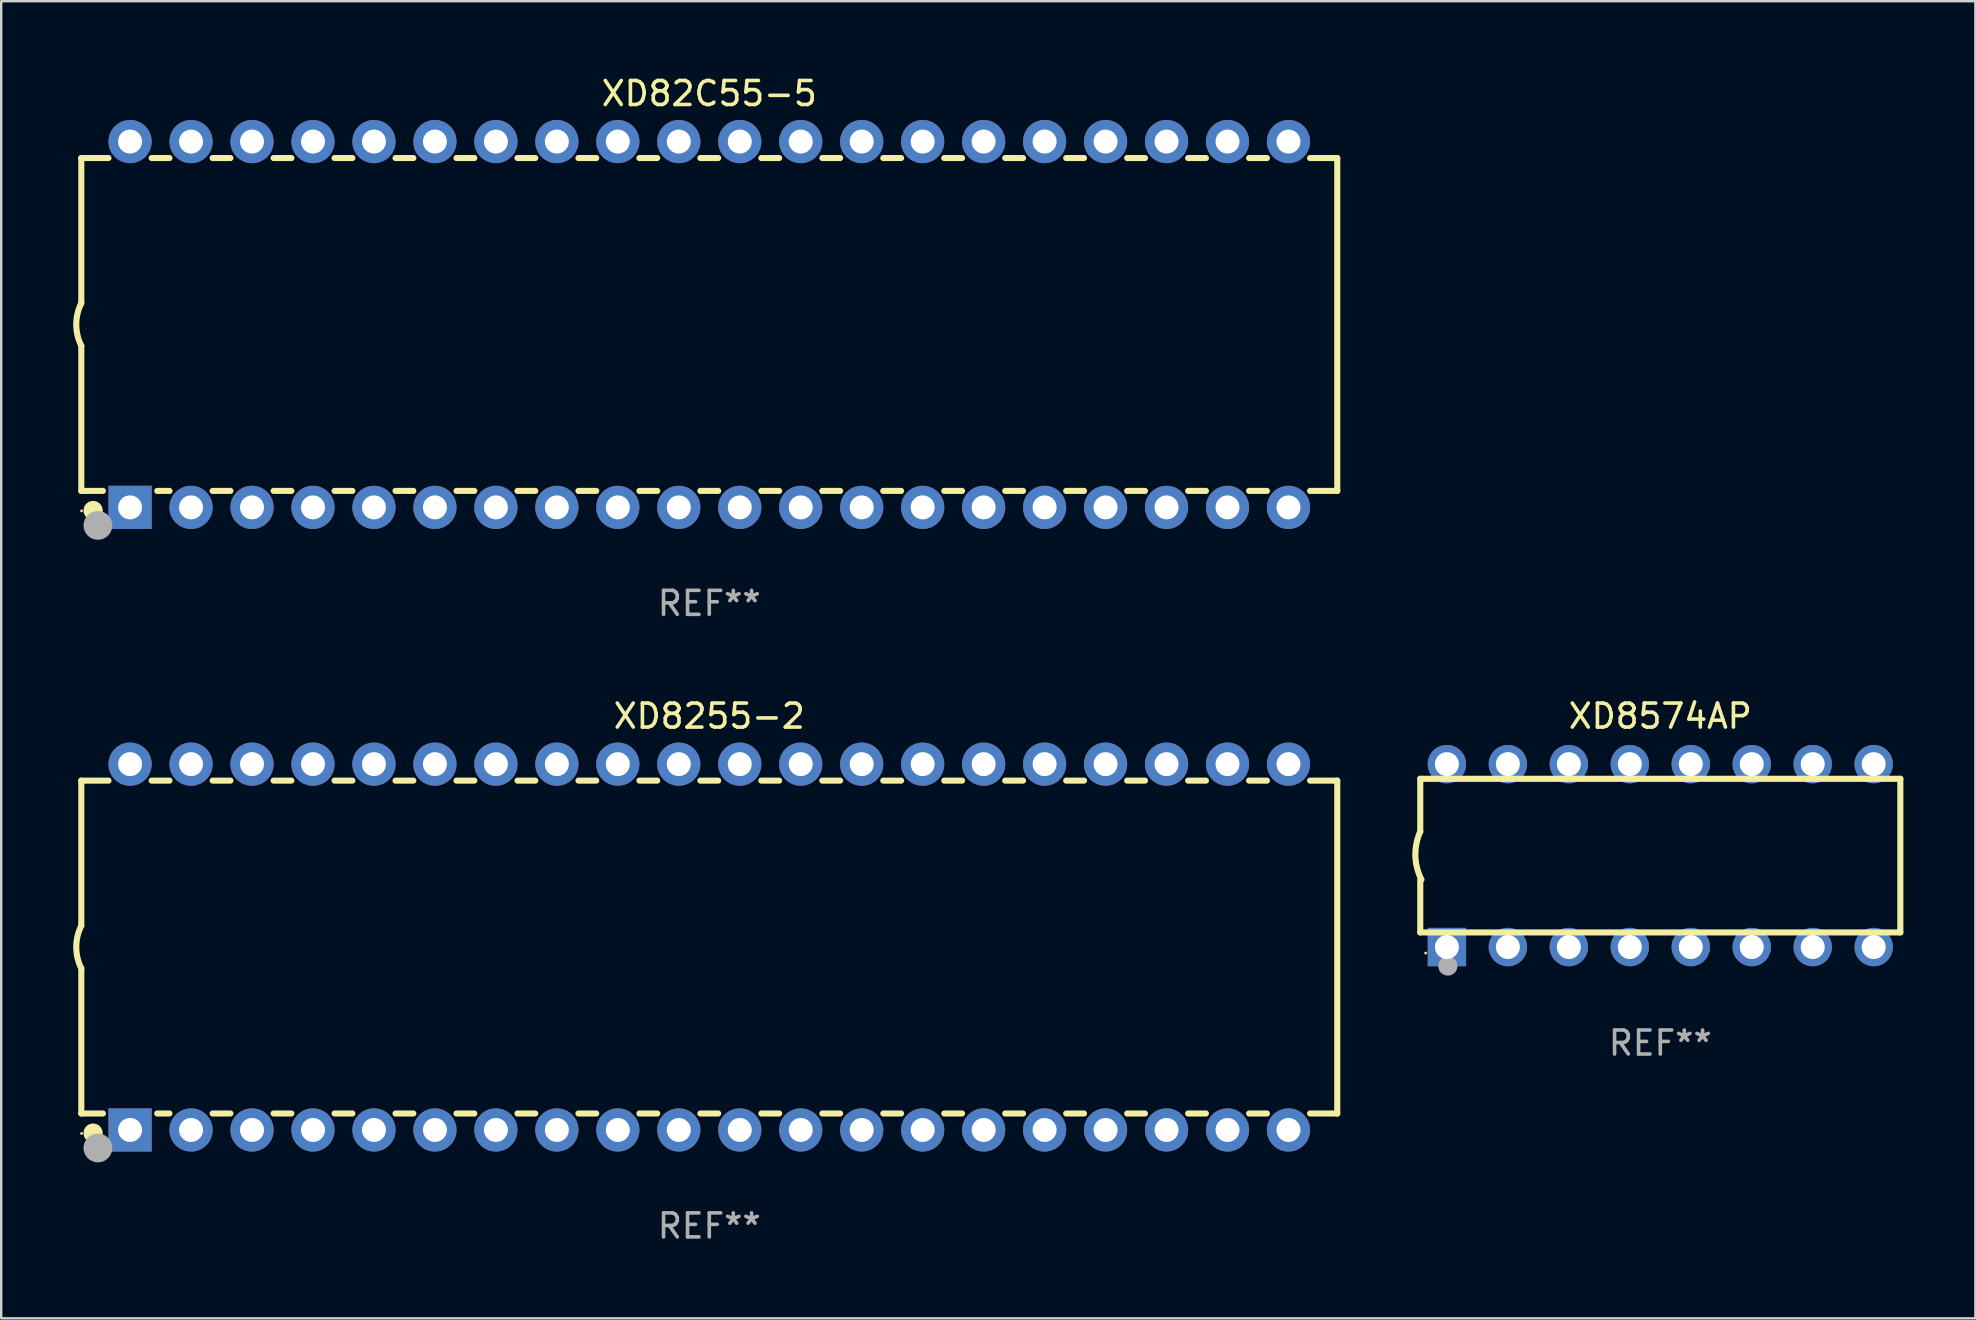
<source format=kicad_pcb>
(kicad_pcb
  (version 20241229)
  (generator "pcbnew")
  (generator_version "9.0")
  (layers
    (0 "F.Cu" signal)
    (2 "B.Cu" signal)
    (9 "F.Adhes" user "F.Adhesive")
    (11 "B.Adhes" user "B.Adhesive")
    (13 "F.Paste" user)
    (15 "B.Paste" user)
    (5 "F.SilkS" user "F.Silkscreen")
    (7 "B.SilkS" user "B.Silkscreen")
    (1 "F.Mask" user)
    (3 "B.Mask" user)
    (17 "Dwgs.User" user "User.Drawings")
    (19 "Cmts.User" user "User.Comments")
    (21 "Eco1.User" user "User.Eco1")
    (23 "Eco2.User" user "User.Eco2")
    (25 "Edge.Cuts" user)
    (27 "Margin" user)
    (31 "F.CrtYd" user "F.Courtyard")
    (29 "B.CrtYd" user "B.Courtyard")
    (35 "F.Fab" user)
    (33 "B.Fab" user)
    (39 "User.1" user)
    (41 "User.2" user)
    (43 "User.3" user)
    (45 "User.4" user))
  (footprint "XD8255-2"
    (layer "F.Cu")
    (at 26.499 36.405)
    (property "Reference" "XD8255-2" (at 0 -9.62 0) (layer "F.SilkS") (effects (font (size 1 1) (thickness 0.15))))
    (attr through_hole)
    (fp_line (start -26.162 -6.934) (end -26.162 -0.889) (stroke (width 0.254) (type solid)) (layer "F.SilkS"))
    (fp_line (start -26.162 -6.934) (end -25.029 -6.934) (stroke (width 0.254) (type solid)) (layer "F.SilkS"))
    (fp_line (start -26.162 6.934) (end -26.162 0.889) (stroke (width 0.254) (type solid)) (layer "F.SilkS"))
    (fp_line (start -26.162 6.934) (end -25.261 6.934) (stroke (width 0.254) (type solid)) (layer "F.SilkS"))
    (fp_line (start -23.231 -6.934) (end -22.489 -6.934) (stroke (width 0.254) (type solid)) (layer "F.SilkS"))
    (fp_line (start -22.999 6.934) (end -22.489 6.934) (stroke (width 0.254) (type solid)) (layer "F.SilkS"))
    (fp_line (start -20.691 -6.934) (end -19.949 -6.934) (stroke (width 0.254) (type solid)) (layer "F.SilkS"))
    (fp_line (start -20.691 6.934) (end -19.949 6.934) (stroke (width 0.254) (type solid)) (layer "F.SilkS"))
    (fp_line (start -18.151 -6.934) (end -17.409 -6.934) (stroke (width 0.254) (type solid)) (layer "F.SilkS"))
    (fp_line (start -18.151 6.934) (end -17.409 6.934) (stroke (width 0.254) (type solid)) (layer "F.SilkS"))
    (fp_line (start -15.611 -6.934) (end -14.869 -6.934) (stroke (width 0.254) (type solid)) (layer "F.SilkS"))
    (fp_line (start -15.611 6.934) (end -14.869 6.934) (stroke (width 0.254) (type solid)) (layer "F.SilkS"))
    (fp_line (start -13.071 -6.934) (end -12.329 -6.934) (stroke (width 0.254) (type solid)) (layer "F.SilkS"))
    (fp_line (start -13.071 6.934) (end -12.329 6.934) (stroke (width 0.254) (type solid)) (layer "F.SilkS"))
    (fp_line (start -10.531 -6.934) (end -9.789 -6.934) (stroke (width 0.254) (type solid)) (layer "F.SilkS"))
    (fp_line (start -10.531 6.934) (end -9.789 6.934) (stroke (width 0.254) (type solid)) (layer "F.SilkS"))
    (fp_line (start -7.991 -6.934) (end -7.249 -6.934) (stroke (width 0.254) (type solid)) (layer "F.SilkS"))
    (fp_line (start -7.991 6.934) (end -7.249 6.934) (stroke (width 0.254) (type solid)) (layer "F.SilkS"))
    (fp_line (start -5.451 -6.934) (end -4.709 -6.934) (stroke (width 0.254) (type solid)) (layer "F.SilkS"))
    (fp_line (start -5.451 6.934) (end -4.709 6.934) (stroke (width 0.254) (type solid)) (layer "F.SilkS"))
    (fp_line (start -2.911 -6.934) (end -2.169 -6.934) (stroke (width 0.254) (type solid)) (layer "F.SilkS"))
    (fp_line (start -2.911 6.934) (end -2.169 6.934) (stroke (width 0.254) (type solid)) (layer "F.SilkS"))
    (fp_line (start -0.371 -6.934) (end 0.371 -6.934) (stroke (width 0.254) (type solid)) (layer "F.SilkS"))
    (fp_line (start -0.371 6.934) (end 0.371 6.934) (stroke (width 0.254) (type solid)) (layer "F.SilkS"))
    (fp_line (start 2.169 -6.934) (end 2.911 -6.934) (stroke (width 0.254) (type solid)) (layer "F.SilkS"))
    (fp_line (start 2.169 6.934) (end 2.911 6.934) (stroke (width 0.254) (type solid)) (layer "F.SilkS"))
    (fp_line (start 4.709 -6.934) (end 5.451 -6.934) (stroke (width 0.254) (type solid)) (layer "F.SilkS"))
    (fp_line (start 4.709 6.934) (end 5.451 6.934) (stroke (width 0.254) (type solid)) (layer "F.SilkS"))
    (fp_line (start 7.249 -6.934) (end 7.991 -6.934) (stroke (width 0.254) (type solid)) (layer "F.SilkS"))
    (fp_line (start 7.249 6.934) (end 7.991 6.934) (stroke (width 0.254) (type solid)) (layer "F.SilkS"))
    (fp_line (start 9.789 -6.934) (end 10.531 -6.934) (stroke (width 0.254) (type solid)) (layer "F.SilkS"))
    (fp_line (start 9.789 6.934) (end 10.531 6.934) (stroke (width 0.254) (type solid)) (layer "F.SilkS"))
    (fp_line (start 12.329 -6.934) (end 13.071 -6.934) (stroke (width 0.254) (type solid)) (layer "F.SilkS"))
    (fp_line (start 12.329 6.934) (end 13.071 6.934) (stroke (width 0.254) (type solid)) (layer "F.SilkS"))
    (fp_line (start 14.869 -6.934) (end 15.611 -6.934) (stroke (width 0.254) (type solid)) (layer "F.SilkS"))
    (fp_line (start 14.869 6.934) (end 15.611 6.934) (stroke (width 0.254) (type solid)) (layer "F.SilkS"))
    (fp_line (start 17.409 -6.934) (end 18.151 -6.934) (stroke (width 0.254) (type solid)) (layer "F.SilkS"))
    (fp_line (start 17.409 6.934) (end 18.151 6.934) (stroke (width 0.254) (type solid)) (layer "F.SilkS"))
    (fp_line (start 19.949 -6.934) (end 20.691 -6.934) (stroke (width 0.254) (type solid)) (layer "F.SilkS"))
    (fp_line (start 19.949 6.934) (end 20.691 6.934) (stroke (width 0.254) (type solid)) (layer "F.SilkS"))
    (fp_line (start 22.489 -6.934) (end 23.231 -6.934) (stroke (width 0.254) (type solid)) (layer "F.SilkS"))
    (fp_line (start 22.489 6.934) (end 23.231 6.934) (stroke (width 0.254) (type solid)) (layer "F.SilkS"))
    (fp_line (start 25.029 -6.934) (end 26.162 -6.934) (stroke (width 0.254) (type solid)) (layer "F.SilkS"))
    (fp_line (start 25.029 6.934) (end 26.162 6.934) (stroke (width 0.254) (type solid)) (layer "F.SilkS"))
    (fp_line (start 26.162 -6.934) (end 26.162 6.934) (stroke (width 0.254) (type solid)) (layer "F.SilkS"))
    (fp_arc (start -26.162052 0.889001) (mid -26.371917 0) (end -26.162052 -0.889002) (stroke (width 0.254001) (type solid)) (layer "F.SilkS"))
    (fp_circle (center -26.15 7.765) (end -26.12 7.765) (stroke (width 0.06) (type solid)) (fill no) (layer "F.SilkS"))
    (fp_circle (center -25.67 7.75) (end -25.47 7.75) (stroke (width 0.4) (type solid)) (fill no) (layer "F.SilkS"))
    (fp_circle (center -25.47 8.37) (end -25.17 8.37) (stroke (width 0.6) (type solid)) (fill no) (layer "F.Fab"))
    (fp_text user "REF**" (at 0 11.62 0) (layer "F.Fab") (effects (font (size 1 1) (thickness 0.15))))
    (pad "1" thru_hole rect (at -24.13 7.62) (size 1.8 1.8) (drill 1) (layers "*.Cu" "*.Mask"))
    (pad "2" thru_hole circle (at -21.59 7.62) (size 1.8 1.8) (drill 1) (layers "*.Cu" "*.Mask"))
    (pad "3" thru_hole circle (at -19.05 7.62) (size 1.8 1.8) (drill 1) (layers "*.Cu" "*.Mask"))
    (pad "4" thru_hole circle (at -16.51 7.62) (size 1.8 1.8) (drill 1) (layers "*.Cu" "*.Mask"))
    (pad "5" thru_hole circle (at -13.97 7.62) (size 1.8 1.8) (drill 1) (layers "*.Cu" "*.Mask"))
    (pad "6" thru_hole circle (at -11.43 7.62) (size 1.8 1.8) (drill 1) (layers "*.Cu" "*.Mask"))
    (pad "7" thru_hole circle (at -8.89 7.62) (size 1.8 1.8) (drill 1) (layers "*.Cu" "*.Mask"))
    (pad "8" thru_hole circle (at -6.35 7.62) (size 1.8 1.8) (drill 1) (layers "*.Cu" "*.Mask"))
    (pad "9" thru_hole circle (at -3.81 7.62) (size 1.8 1.8) (drill 1) (layers "*.Cu" "*.Mask"))
    (pad "10" thru_hole circle (at -1.27 7.62) (size 1.8 1.8) (drill 1) (layers "*.Cu" "*.Mask"))
    (pad "11" thru_hole circle (at 1.27 7.62) (size 1.8 1.8) (drill 1) (layers "*.Cu" "*.Mask"))
    (pad "12" thru_hole circle (at 3.81 7.62) (size 1.8 1.8) (drill 1) (layers "*.Cu" "*.Mask"))
    (pad "13" thru_hole circle (at 6.35 7.62) (size 1.8 1.8) (drill 1) (layers "*.Cu" "*.Mask"))
    (pad "14" thru_hole circle (at 8.89 7.62) (size 1.8 1.8) (drill 1) (layers "*.Cu" "*.Mask"))
    (pad "15" thru_hole circle (at 11.43 7.62) (size 1.8 1.8) (drill 1) (layers "*.Cu" "*.Mask"))
    (pad "16" thru_hole circle (at 13.97 7.62) (size 1.8 1.8) (drill 1) (layers "*.Cu" "*.Mask"))
    (pad "17" thru_hole circle (at 16.51 7.62) (size 1.8 1.8) (drill 1) (layers "*.Cu" "*.Mask"))
    (pad "18" thru_hole circle (at 19.05 7.62) (size 1.8 1.8) (drill 1) (layers "*.Cu" "*.Mask"))
    (pad "19" thru_hole circle (at 21.59 7.62) (size 1.8 1.8) (drill 1) (layers "*.Cu" "*.Mask"))
    (pad "20" thru_hole circle (at 24.13 7.62) (size 1.8 1.8) (drill 1) (layers "*.Cu" "*.Mask"))
    (pad "21" thru_hole circle (at 24.13 -7.62) (size 1.8 1.8) (drill 1) (layers "*.Cu" "*.Mask"))
    (pad "22" thru_hole circle (at 21.59 -7.62) (size 1.8 1.8) (drill 1) (layers "*.Cu" "*.Mask"))
    (pad "23" thru_hole circle (at 19.05 -7.62) (size 1.8 1.8) (drill 1) (layers "*.Cu" "*.Mask"))
    (pad "24" thru_hole circle (at 16.51 -7.62) (size 1.8 1.8) (drill 1) (layers "*.Cu" "*.Mask"))
    (pad "25" thru_hole circle (at 13.97 -7.62) (size 1.8 1.8) (drill 1) (layers "*.Cu" "*.Mask"))
    (pad "26" thru_hole circle (at 11.43 -7.62) (size 1.8 1.8) (drill 1) (layers "*.Cu" "*.Mask"))
    (pad "27" thru_hole circle (at 8.89 -7.62) (size 1.8 1.8) (drill 1) (layers "*.Cu" "*.Mask"))
    (pad "28" thru_hole circle (at 6.35 -7.62) (size 1.8 1.8) (drill 1) (layers "*.Cu" "*.Mask"))
    (pad "29" thru_hole circle (at 3.81 -7.62) (size 1.8 1.8) (drill 1) (layers "*.Cu" "*.Mask"))
    (pad "30" thru_hole circle (at 1.27 -7.62) (size 1.8 1.8) (drill 1) (layers "*.Cu" "*.Mask"))
    (pad "31" thru_hole circle (at -1.27 -7.62) (size 1.8 1.8) (drill 1) (layers "*.Cu" "*.Mask"))
    (pad "32" thru_hole circle (at -3.81 -7.62) (size 1.8 1.8) (drill 1) (layers "*.Cu" "*.Mask"))
    (pad "33" thru_hole circle (at -6.35 -7.62) (size 1.8 1.8) (drill 1) (layers "*.Cu" "*.Mask"))
    (pad "34" thru_hole circle (at -8.89 -7.62) (size 1.8 1.8) (drill 1) (layers "*.Cu" "*.Mask"))
    (pad "35" thru_hole circle (at -11.43 -7.62) (size 1.8 1.8) (drill 1) (layers "*.Cu" "*.Mask"))
    (pad "36" thru_hole circle (at -13.97 -7.62) (size 1.8 1.8) (drill 1) (layers "*.Cu" "*.Mask"))
    (pad "37" thru_hole circle (at -16.51 -7.62) (size 1.8 1.8) (drill 1) (layers "*.Cu" "*.Mask"))
    (pad "38" thru_hole circle (at -19.05 -7.62) (size 1.8 1.8) (drill 1) (layers "*.Cu" "*.Mask"))
    (pad "39" thru_hole circle (at -21.59 -7.62) (size 1.8 1.8) (drill 1) (layers "*.Cu" "*.Mask"))
    (pad "40" thru_hole circle (at -24.13 -7.62) (size 1.8 1.8) (drill 1) (layers "*.Cu" "*.Mask")))
  (footprint "XD82C55-5"
    (layer "F.Cu")
    (at 26.499 10.468)
    (property "Reference" "XD82C55-5" (at 0 -9.62 0) (layer "F.SilkS") (effects (font (size 1 1) (thickness 0.15))))
    (attr through_hole)
    (fp_line (start -26.162 -6.934) (end -26.162 -0.889) (stroke (width 0.254) (type solid)) (layer "F.SilkS"))
    (fp_line (start -26.162 -6.934) (end -25.029 -6.934) (stroke (width 0.254) (type solid)) (layer "F.SilkS"))
    (fp_line (start -26.162 6.934) (end -26.162 0.889) (stroke (width 0.254) (type solid)) (layer "F.SilkS"))
    (fp_line (start -26.162 6.934) (end -25.261 6.934) (stroke (width 0.254) (type solid)) (layer "F.SilkS"))
    (fp_line (start -23.231 -6.934) (end -22.489 -6.934) (stroke (width 0.254) (type solid)) (layer "F.SilkS"))
    (fp_line (start -22.999 6.934) (end -22.489 6.934) (stroke (width 0.254) (type solid)) (layer "F.SilkS"))
    (fp_line (start -20.691 -6.934) (end -19.949 -6.934) (stroke (width 0.254) (type solid)) (layer "F.SilkS"))
    (fp_line (start -20.691 6.934) (end -19.949 6.934) (stroke (width 0.254) (type solid)) (layer "F.SilkS"))
    (fp_line (start -18.151 -6.934) (end -17.409 -6.934) (stroke (width 0.254) (type solid)) (layer "F.SilkS"))
    (fp_line (start -18.151 6.934) (end -17.409 6.934) (stroke (width 0.254) (type solid)) (layer "F.SilkS"))
    (fp_line (start -15.611 -6.934) (end -14.869 -6.934) (stroke (width 0.254) (type solid)) (layer "F.SilkS"))
    (fp_line (start -15.611 6.934) (end -14.869 6.934) (stroke (width 0.254) (type solid)) (layer "F.SilkS"))
    (fp_line (start -13.071 -6.934) (end -12.329 -6.934) (stroke (width 0.254) (type solid)) (layer "F.SilkS"))
    (fp_line (start -13.071 6.934) (end -12.329 6.934) (stroke (width 0.254) (type solid)) (layer "F.SilkS"))
    (fp_line (start -10.531 -6.934) (end -9.789 -6.934) (stroke (width 0.254) (type solid)) (layer "F.SilkS"))
    (fp_line (start -10.531 6.934) (end -9.789 6.934) (stroke (width 0.254) (type solid)) (layer "F.SilkS"))
    (fp_line (start -7.991 -6.934) (end -7.249 -6.934) (stroke (width 0.254) (type solid)) (layer "F.SilkS"))
    (fp_line (start -7.991 6.934) (end -7.249 6.934) (stroke (width 0.254) (type solid)) (layer "F.SilkS"))
    (fp_line (start -5.451 -6.934) (end -4.709 -6.934) (stroke (width 0.254) (type solid)) (layer "F.SilkS"))
    (fp_line (start -5.451 6.934) (end -4.709 6.934) (stroke (width 0.254) (type solid)) (layer "F.SilkS"))
    (fp_line (start -2.911 -6.934) (end -2.169 -6.934) (stroke (width 0.254) (type solid)) (layer "F.SilkS"))
    (fp_line (start -2.911 6.934) (end -2.169 6.934) (stroke (width 0.254) (type solid)) (layer "F.SilkS"))
    (fp_line (start -0.371 -6.934) (end 0.371 -6.934) (stroke (width 0.254) (type solid)) (layer "F.SilkS"))
    (fp_line (start -0.371 6.934) (end 0.371 6.934) (stroke (width 0.254) (type solid)) (layer "F.SilkS"))
    (fp_line (start 2.169 -6.934) (end 2.911 -6.934) (stroke (width 0.254) (type solid)) (layer "F.SilkS"))
    (fp_line (start 2.169 6.934) (end 2.911 6.934) (stroke (width 0.254) (type solid)) (layer "F.SilkS"))
    (fp_line (start 4.709 -6.934) (end 5.451 -6.934) (stroke (width 0.254) (type solid)) (layer "F.SilkS"))
    (fp_line (start 4.709 6.934) (end 5.451 6.934) (stroke (width 0.254) (type solid)) (layer "F.SilkS"))
    (fp_line (start 7.249 -6.934) (end 7.991 -6.934) (stroke (width 0.254) (type solid)) (layer "F.SilkS"))
    (fp_line (start 7.249 6.934) (end 7.991 6.934) (stroke (width 0.254) (type solid)) (layer "F.SilkS"))
    (fp_line (start 9.789 -6.934) (end 10.531 -6.934) (stroke (width 0.254) (type solid)) (layer "F.SilkS"))
    (fp_line (start 9.789 6.934) (end 10.531 6.934) (stroke (width 0.254) (type solid)) (layer "F.SilkS"))
    (fp_line (start 12.329 -6.934) (end 13.071 -6.934) (stroke (width 0.254) (type solid)) (layer "F.SilkS"))
    (fp_line (start 12.329 6.934) (end 13.071 6.934) (stroke (width 0.254) (type solid)) (layer "F.SilkS"))
    (fp_line (start 14.869 -6.934) (end 15.611 -6.934) (stroke (width 0.254) (type solid)) (layer "F.SilkS"))
    (fp_line (start 14.869 6.934) (end 15.611 6.934) (stroke (width 0.254) (type solid)) (layer "F.SilkS"))
    (fp_line (start 17.409 -6.934) (end 18.151 -6.934) (stroke (width 0.254) (type solid)) (layer "F.SilkS"))
    (fp_line (start 17.409 6.934) (end 18.151 6.934) (stroke (width 0.254) (type solid)) (layer "F.SilkS"))
    (fp_line (start 19.949 -6.934) (end 20.691 -6.934) (stroke (width 0.254) (type solid)) (layer "F.SilkS"))
    (fp_line (start 19.949 6.934) (end 20.691 6.934) (stroke (width 0.254) (type solid)) (layer "F.SilkS"))
    (fp_line (start 22.489 -6.934) (end 23.231 -6.934) (stroke (width 0.254) (type solid)) (layer "F.SilkS"))
    (fp_line (start 22.489 6.934) (end 23.231 6.934) (stroke (width 0.254) (type solid)) (layer "F.SilkS"))
    (fp_line (start 25.029 -6.934) (end 26.162 -6.934) (stroke (width 0.254) (type solid)) (layer "F.SilkS"))
    (fp_line (start 25.029 6.934) (end 26.162 6.934) (stroke (width 0.254) (type solid)) (layer "F.SilkS"))
    (fp_line (start 26.162 -6.934) (end 26.162 6.934) (stroke (width 0.254) (type solid)) (layer "F.SilkS"))
    (fp_arc (start -26.162052 0.889001) (mid -26.371917 0) (end -26.162052 -0.889002) (stroke (width 0.254001) (type solid)) (layer "F.SilkS"))
    (fp_circle (center -26.15 7.765) (end -26.12 7.765) (stroke (width 0.06) (type solid)) (fill no) (layer "F.SilkS"))
    (fp_circle (center -25.67 7.75) (end -25.47 7.75) (stroke (width 0.4) (type solid)) (fill no) (layer "F.SilkS"))
    (fp_circle (center -25.47 8.37) (end -25.17 8.37) (stroke (width 0.6) (type solid)) (fill no) (layer "F.Fab"))
    (fp_text user "REF**" (at 0 11.62 0) (layer "F.Fab") (effects (font (size 1 1) (thickness 0.15))))
    (pad "1" thru_hole rect (at -24.13 7.62) (size 1.8 1.8) (drill 1) (layers "*.Cu" "*.Mask"))
    (pad "2" thru_hole circle (at -21.59 7.62) (size 1.8 1.8) (drill 1) (layers "*.Cu" "*.Mask"))
    (pad "3" thru_hole circle (at -19.05 7.62) (size 1.8 1.8) (drill 1) (layers "*.Cu" "*.Mask"))
    (pad "4" thru_hole circle (at -16.51 7.62) (size 1.8 1.8) (drill 1) (layers "*.Cu" "*.Mask"))
    (pad "5" thru_hole circle (at -13.97 7.62) (size 1.8 1.8) (drill 1) (layers "*.Cu" "*.Mask"))
    (pad "6" thru_hole circle (at -11.43 7.62) (size 1.8 1.8) (drill 1) (layers "*.Cu" "*.Mask"))
    (pad "7" thru_hole circle (at -8.89 7.62) (size 1.8 1.8) (drill 1) (layers "*.Cu" "*.Mask"))
    (pad "8" thru_hole circle (at -6.35 7.62) (size 1.8 1.8) (drill 1) (layers "*.Cu" "*.Mask"))
    (pad "9" thru_hole circle (at -3.81 7.62) (size 1.8 1.8) (drill 1) (layers "*.Cu" "*.Mask"))
    (pad "10" thru_hole circle (at -1.27 7.62) (size 1.8 1.8) (drill 1) (layers "*.Cu" "*.Mask"))
    (pad "11" thru_hole circle (at 1.27 7.62) (size 1.8 1.8) (drill 1) (layers "*.Cu" "*.Mask"))
    (pad "12" thru_hole circle (at 3.81 7.62) (size 1.8 1.8) (drill 1) (layers "*.Cu" "*.Mask"))
    (pad "13" thru_hole circle (at 6.35 7.62) (size 1.8 1.8) (drill 1) (layers "*.Cu" "*.Mask"))
    (pad "14" thru_hole circle (at 8.89 7.62) (size 1.8 1.8) (drill 1) (layers "*.Cu" "*.Mask"))
    (pad "15" thru_hole circle (at 11.43 7.62) (size 1.8 1.8) (drill 1) (layers "*.Cu" "*.Mask"))
    (pad "16" thru_hole circle (at 13.97 7.62) (size 1.8 1.8) (drill 1) (layers "*.Cu" "*.Mask"))
    (pad "17" thru_hole circle (at 16.51 7.62) (size 1.8 1.8) (drill 1) (layers "*.Cu" "*.Mask"))
    (pad "18" thru_hole circle (at 19.05 7.62) (size 1.8 1.8) (drill 1) (layers "*.Cu" "*.Mask"))
    (pad "19" thru_hole circle (at 21.59 7.62) (size 1.8 1.8) (drill 1) (layers "*.Cu" "*.Mask"))
    (pad "20" thru_hole circle (at 24.13 7.62) (size 1.8 1.8) (drill 1) (layers "*.Cu" "*.Mask"))
    (pad "21" thru_hole circle (at 24.13 -7.62) (size 1.8 1.8) (drill 1) (layers "*.Cu" "*.Mask"))
    (pad "22" thru_hole circle (at 21.59 -7.62) (size 1.8 1.8) (drill 1) (layers "*.Cu" "*.Mask"))
    (pad "23" thru_hole circle (at 19.05 -7.62) (size 1.8 1.8) (drill 1) (layers "*.Cu" "*.Mask"))
    (pad "24" thru_hole circle (at 16.51 -7.62) (size 1.8 1.8) (drill 1) (layers "*.Cu" "*.Mask"))
    (pad "25" thru_hole circle (at 13.97 -7.62) (size 1.8 1.8) (drill 1) (layers "*.Cu" "*.Mask"))
    (pad "26" thru_hole circle (at 11.43 -7.62) (size 1.8 1.8) (drill 1) (layers "*.Cu" "*.Mask"))
    (pad "27" thru_hole circle (at 8.89 -7.62) (size 1.8 1.8) (drill 1) (layers "*.Cu" "*.Mask"))
    (pad "28" thru_hole circle (at 6.35 -7.62) (size 1.8 1.8) (drill 1) (layers "*.Cu" "*.Mask"))
    (pad "29" thru_hole circle (at 3.81 -7.62) (size 1.8 1.8) (drill 1) (layers "*.Cu" "*.Mask"))
    (pad "30" thru_hole circle (at 1.27 -7.62) (size 1.8 1.8) (drill 1) (layers "*.Cu" "*.Mask"))
    (pad "31" thru_hole circle (at -1.27 -7.62) (size 1.8 1.8) (drill 1) (layers "*.Cu" "*.Mask"))
    (pad "32" thru_hole circle (at -3.81 -7.62) (size 1.8 1.8) (drill 1) (layers "*.Cu" "*.Mask"))
    (pad "33" thru_hole circle (at -6.35 -7.62) (size 1.8 1.8) (drill 1) (layers "*.Cu" "*.Mask"))
    (pad "34" thru_hole circle (at -8.89 -7.62) (size 1.8 1.8) (drill 1) (layers "*.Cu" "*.Mask"))
    (pad "35" thru_hole circle (at -11.43 -7.62) (size 1.8 1.8) (drill 1) (layers "*.Cu" "*.Mask"))
    (pad "36" thru_hole circle (at -13.97 -7.62) (size 1.8 1.8) (drill 1) (layers "*.Cu" "*.Mask"))
    (pad "37" thru_hole circle (at -16.51 -7.62) (size 1.8 1.8) (drill 1) (layers "*.Cu" "*.Mask"))
    (pad "38" thru_hole circle (at -19.05 -7.62) (size 1.8 1.8) (drill 1) (layers "*.Cu" "*.Mask"))
    (pad "39" thru_hole circle (at -21.59 -7.62) (size 1.8 1.8) (drill 1) (layers "*.Cu" "*.Mask"))
    (pad "40" thru_hole circle (at -24.13 -7.62) (size 1.8 1.8) (drill 1) (layers "*.Cu" "*.Mask")))
  (footprint "XD8574AP"
    (layer "F.Cu")
    (at 66.119 32.595)
    (property "Reference" "XD8574AP" (at 0 -5.81 0) (layer "F.SilkS") (effects (font (size 1 1) (thickness 0.15))))
    (attr through_hole)
    (fp_line (start -10 -0.998) (end -10 -3.198) (stroke (width 0.254) (type solid)) (layer "F.SilkS"))
    (fp_line (start -10 3.2) (end -10 1) (stroke (width 0.254) (type solid)) (layer "F.SilkS"))
    (fp_line (start 10 -3.2) (end -10 -3.2) (stroke (width 0.254) (type solid)) (layer "F.SilkS"))
    (fp_line (start 10 3.2) (end -10 3.2) (stroke (width 0.254) (type solid)) (layer "F.SilkS"))
    (fp_line (start 10 3.2) (end 10 -3.2) (stroke (width 0.254) (type solid)) (layer "F.SilkS"))
    (fp_arc (start -9.949975 0.999974) (mid -10.203153 0.005693) (end -9.999987 -1) (stroke (width 0.254001) (type solid)) (layer "F.SilkS"))
    (fp_circle (center -9.775 4.06) (end -9.745 4.06) (stroke (width 0.06) (type solid)) (fill no) (layer "F.SilkS"))
    (fp_circle (center -8.85 4.6) (end -8.65 4.6) (stroke (width 0.4) (type solid)) (fill no) (layer "F.Fab"))
    (fp_text user "REF**" (at 0 7.81 0) (layer "F.Fab") (effects (font (size 1 1) (thickness 0.15))))
    (pad "1" thru_hole rect (at -8.89 3.81 90) (size 1.6 1.6) (drill 1) (layers "*.Cu" "*.Mask"))
    (pad "2" thru_hole circle (at -6.35 3.81) (size 1.6 1.6) (drill 1) (layers "*.Cu" "*.Mask"))
    (pad "3" thru_hole circle (at -3.81 3.81) (size 1.6 1.6) (drill 1) (layers "*.Cu" "*.Mask"))
    (pad "4" thru_hole circle (at -1.27 3.81) (size 1.6 1.6) (drill 1) (layers "*.Cu" "*.Mask"))
    (pad "5" thru_hole circle (at 1.27 3.81) (size 1.6 1.6) (drill 1) (layers "*.Cu" "*.Mask"))
    (pad "6" thru_hole circle (at 3.81 3.81) (size 1.6 1.6) (drill 1) (layers "*.Cu" "*.Mask"))
    (pad "7" thru_hole circle (at 6.35 3.81) (size 1.6 1.6) (drill 1) (layers "*.Cu" "*.Mask"))
    (pad "8" thru_hole circle (at 8.89 3.81) (size 1.6 1.6) (drill 1) (layers "*.Cu" "*.Mask"))
    (pad "9" thru_hole circle (at 8.89 -3.81) (size 1.6 1.6) (drill 1) (layers "*.Cu" "*.Mask"))
    (pad "10" thru_hole circle (at 6.35 -3.81) (size 1.6 1.6) (drill 1) (layers "*.Cu" "*.Mask"))
    (pad "11" thru_hole circle (at 3.81 -3.81) (size 1.6 1.6) (drill 1) (layers "*.Cu" "*.Mask"))
    (pad "12" thru_hole circle (at 1.27 -3.81) (size 1.6 1.6) (drill 1) (layers "*.Cu" "*.Mask"))
    (pad "13" thru_hole circle (at -1.27 -3.81) (size 1.6 1.6) (drill 1) (layers "*.Cu" "*.Mask"))
    (pad "14" thru_hole circle (at -3.81 -3.81) (size 1.6 1.6) (drill 1) (layers "*.Cu" "*.Mask"))
    (pad "15" thru_hole circle (at -6.35 -3.81) (size 1.6 1.6) (drill 1) (layers "*.Cu" "*.Mask"))
    (pad "16" thru_hole circle (at -8.89 -3.81) (size 1.6 1.6) (drill 1) (layers "*.Cu" "*.Mask")))
  (gr_rect
    (start -3 -3)
    (end 79.246 51.873)
    (stroke (width 0.1) (type default))
    (fill no)
    (layer "Edge.Cuts")))
</source>
